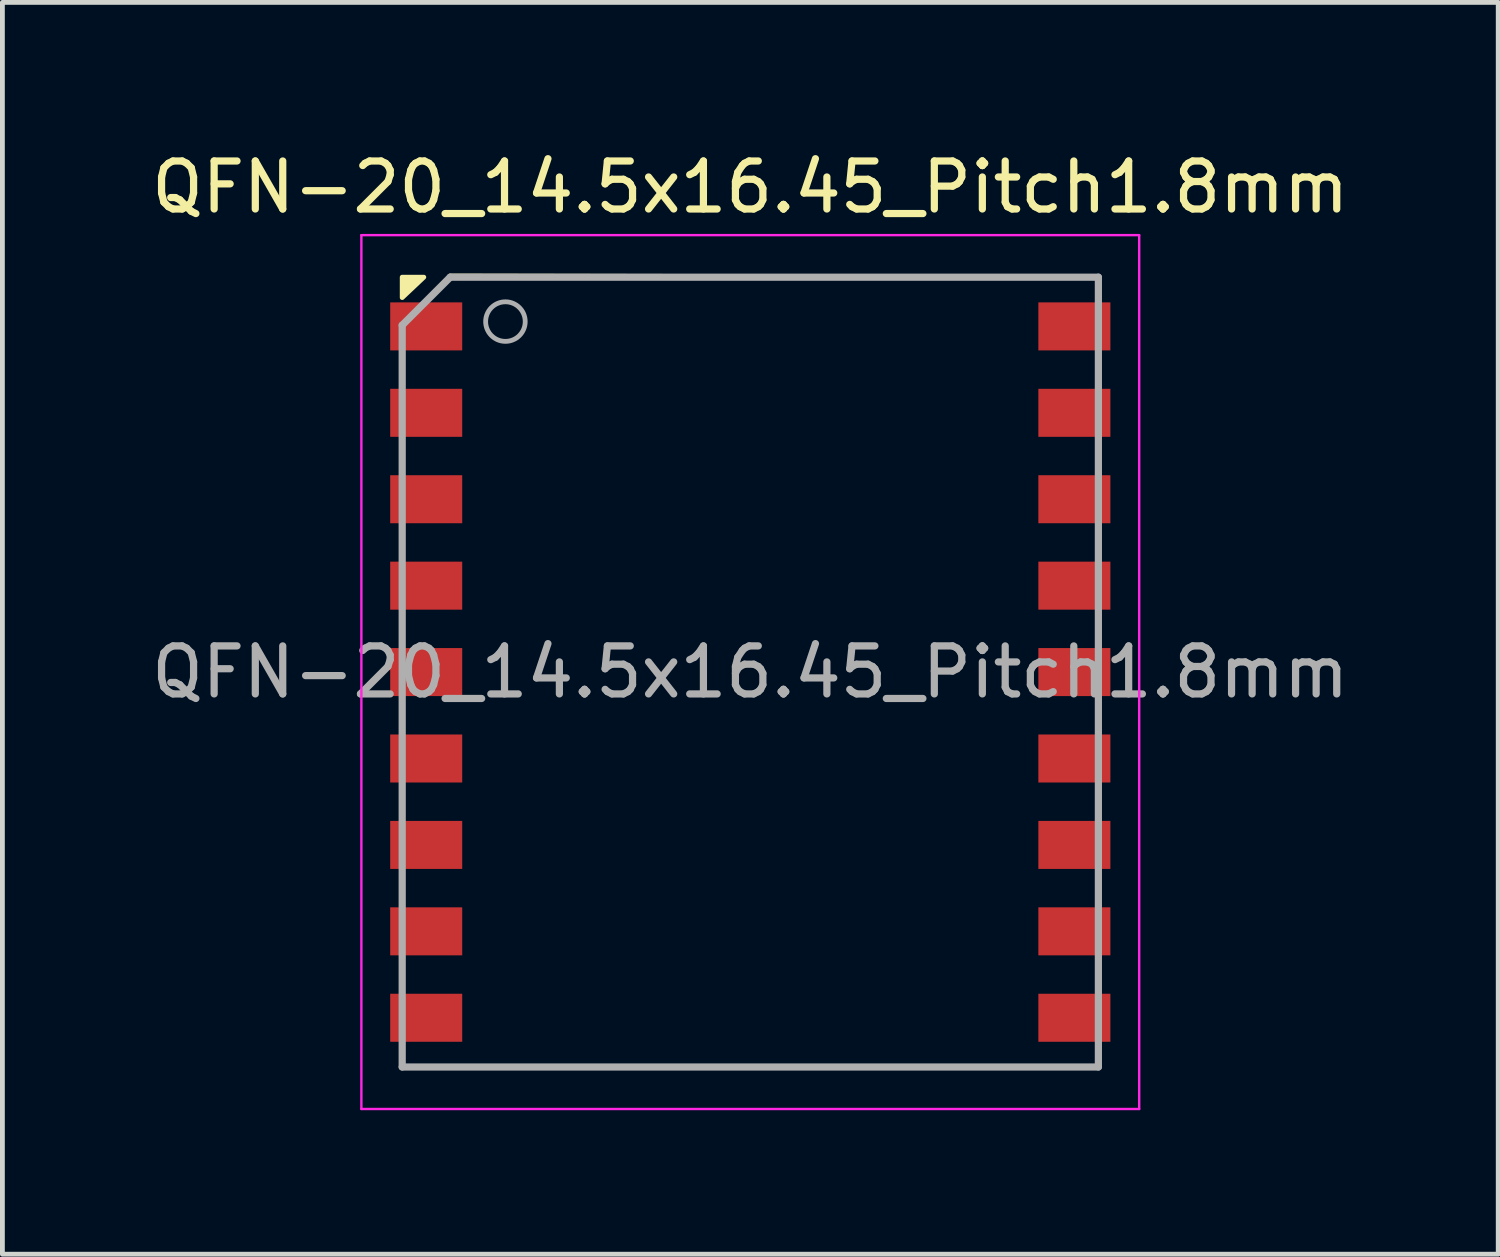
<source format=kicad_pcb>
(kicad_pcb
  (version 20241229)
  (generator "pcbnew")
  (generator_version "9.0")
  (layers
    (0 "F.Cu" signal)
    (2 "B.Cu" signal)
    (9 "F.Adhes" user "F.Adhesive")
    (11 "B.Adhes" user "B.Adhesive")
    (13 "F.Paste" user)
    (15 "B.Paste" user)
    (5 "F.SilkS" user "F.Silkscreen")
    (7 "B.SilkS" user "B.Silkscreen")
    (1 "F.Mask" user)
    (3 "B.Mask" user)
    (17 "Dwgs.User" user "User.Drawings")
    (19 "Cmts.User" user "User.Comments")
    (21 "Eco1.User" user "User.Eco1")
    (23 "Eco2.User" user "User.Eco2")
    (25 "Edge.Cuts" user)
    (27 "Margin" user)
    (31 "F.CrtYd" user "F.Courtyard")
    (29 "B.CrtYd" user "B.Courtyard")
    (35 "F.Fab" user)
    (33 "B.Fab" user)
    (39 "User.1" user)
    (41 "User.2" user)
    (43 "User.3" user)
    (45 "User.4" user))
  (footprint "QFN-20_14.5x16.45_Pitch1.8mm"
    (layer "F.Cu")
    (at 12.577 10.948)
    (property "Reference" "QFN-20_14.5x16.45_Pitch1.8mm" (at 0 -10.1 0) (layer "F.SilkS") (effects (font (size 1 1) (thickness 0.15))))
    (attr smd)
    (fp_line (start -7.25 7.8) (end -7.25 8.225) (stroke (width 0.1) (type default)) (layer "F.SilkS"))
    (fp_line (start 7.25 -8.225) (end -6.25 -8.25) (stroke (width 0.1) (type default)) (layer "F.SilkS"))
    (fp_line (start 7.25 -7.8) (end 7.25 -8.225) (stroke (width 0.1) (type default)) (layer "F.SilkS"))
    (fp_line (start 7.25 7.8) (end 7.25 8.225) (stroke (width 0.1) (type default)) (layer "F.SilkS"))
    (fp_line (start 7.25 8.225) (end -7.25 8.225) (stroke (width 0.1) (type default)) (layer "F.SilkS"))
    (fp_poly (pts (xy -7.25 -8.225) (xy -6.8 -8.225) (xy -7.25 -7.8)) (stroke (width 0.1) (type solid)) (fill yes) (layer "F.SilkS"))
    (fp_line (start -8.1 -9.1) (end 8.1 -9.1) (stroke (width 0.05) (type default)) (layer "F.CrtYd"))
    (fp_line (start -8.1 9.1) (end -8.1 -9.1) (stroke (width 0.05) (type default)) (layer "F.CrtYd"))
    (fp_line (start 8.1 -9.1) (end 8.1 9.1) (stroke (width 0.05) (type default)) (layer "F.CrtYd"))
    (fp_line (start 8.1 9.1) (end -8.1 9.1) (stroke (width 0.05) (type default)) (layer "F.CrtYd"))
    (fp_line (start -7.25 -7.225) (end -7.25 8.225) (stroke (width 0.15) (type default)) (layer "F.Fab"))
    (fp_line (start -7.25 8.225) (end 7.25 8.225) (stroke (width 0.15) (type default)) (layer "F.Fab"))
    (fp_line (start -6.25 -8.225) (end -7.25 -7.225) (stroke (width 0.15) (type default)) (layer "F.Fab"))
    (fp_line (start 7.25 -8.225) (end -6.25 -8.225) (stroke (width 0.15) (type default)) (layer "F.Fab"))
    (fp_line (start 7.25 8.225) (end 7.25 -8.225) (stroke (width 0.15) (type default)) (layer "F.Fab"))
    (fp_circle (center -5.1 -7.3) (end -4.688 -7.3) (stroke (width 0.1) (type default)) (fill no) (layer "F.Fab"))
    (fp_text user "${REFERENCE}" (at 0 0 0) (layer "F.Fab") (effects (font (size 1 1) (thickness 0.15))))
    (pad "1" smd rect (at -6.75 -7.2 90) (size 1 1.5) (layers "F.Cu" "F.Mask" "F.Paste"))
    (pad "2" smd rect (at -6.75 -5.4 90) (size 1 1.5) (layers "F.Cu" "F.Mask" "F.Paste"))
    (pad "3" smd rect (at -6.75 -3.6 90) (size 1 1.5) (layers "F.Cu" "F.Mask" "F.Paste"))
    (pad "4" smd rect (at -6.75 -1.8 90) (size 1 1.5) (layers "F.Cu" "F.Mask" "F.Paste"))
    (pad "5" smd rect (at -6.75 0 90) (size 1 1.5) (layers "F.Cu" "F.Mask" "F.Paste"))
    (pad "6" smd rect (at -6.75 1.8 90) (size 1 1.5) (layers "F.Cu" "F.Mask" "F.Paste"))
    (pad "7" smd rect (at -6.75 3.6 90) (size 1 1.5) (layers "F.Cu" "F.Mask" "F.Paste"))
    (pad "8" smd rect (at -6.75 5.4 90) (size 1 1.5) (layers "F.Cu" "F.Mask" "F.Paste"))
    (pad "9" smd rect (at -6.75 7.2 90) (size 1 1.5) (layers "F.Cu" "F.Mask" "F.Paste"))
    (pad "10" smd rect (at 6.75 7.2 90) (size 1 1.5) (layers "F.Cu" "F.Mask" "F.Paste"))
    (pad "11" smd rect (at 6.75 5.4 90) (size 1 1.5) (layers "F.Cu" "F.Mask" "F.Paste"))
    (pad "12" smd rect (at 6.75 3.6 90) (size 1 1.5) (layers "F.Cu" "F.Mask" "F.Paste"))
    (pad "13" smd rect (at 6.75 1.8 90) (size 1 1.5) (layers "F.Cu" "F.Mask" "F.Paste"))
    (pad "14" smd rect (at 6.75 0 90) (size 1 1.5) (layers "F.Cu" "F.Mask" "F.Paste"))
    (pad "15" smd rect (at 6.75 -1.8 90) (size 1 1.5) (layers "F.Cu" "F.Mask" "F.Paste"))
    (pad "16" smd rect (at 6.75 -3.6 90) (size 1 1.5) (layers "F.Cu" "F.Mask" "F.Paste"))
    (pad "17" smd rect (at 6.75 -5.4 90) (size 1 1.5) (layers "F.Cu" "F.Mask" "F.Paste"))
    (pad "18" smd rect (at 6.75 -7.2 90) (size 1 1.5) (layers "F.Cu" "F.Mask" "F.Paste")))
  (gr_rect
    (start -3 -3)
    (end 28.155 23.073)
    (stroke (width 0.1) (type default))
    (fill no)
    (layer "Edge.Cuts")))
</source>
